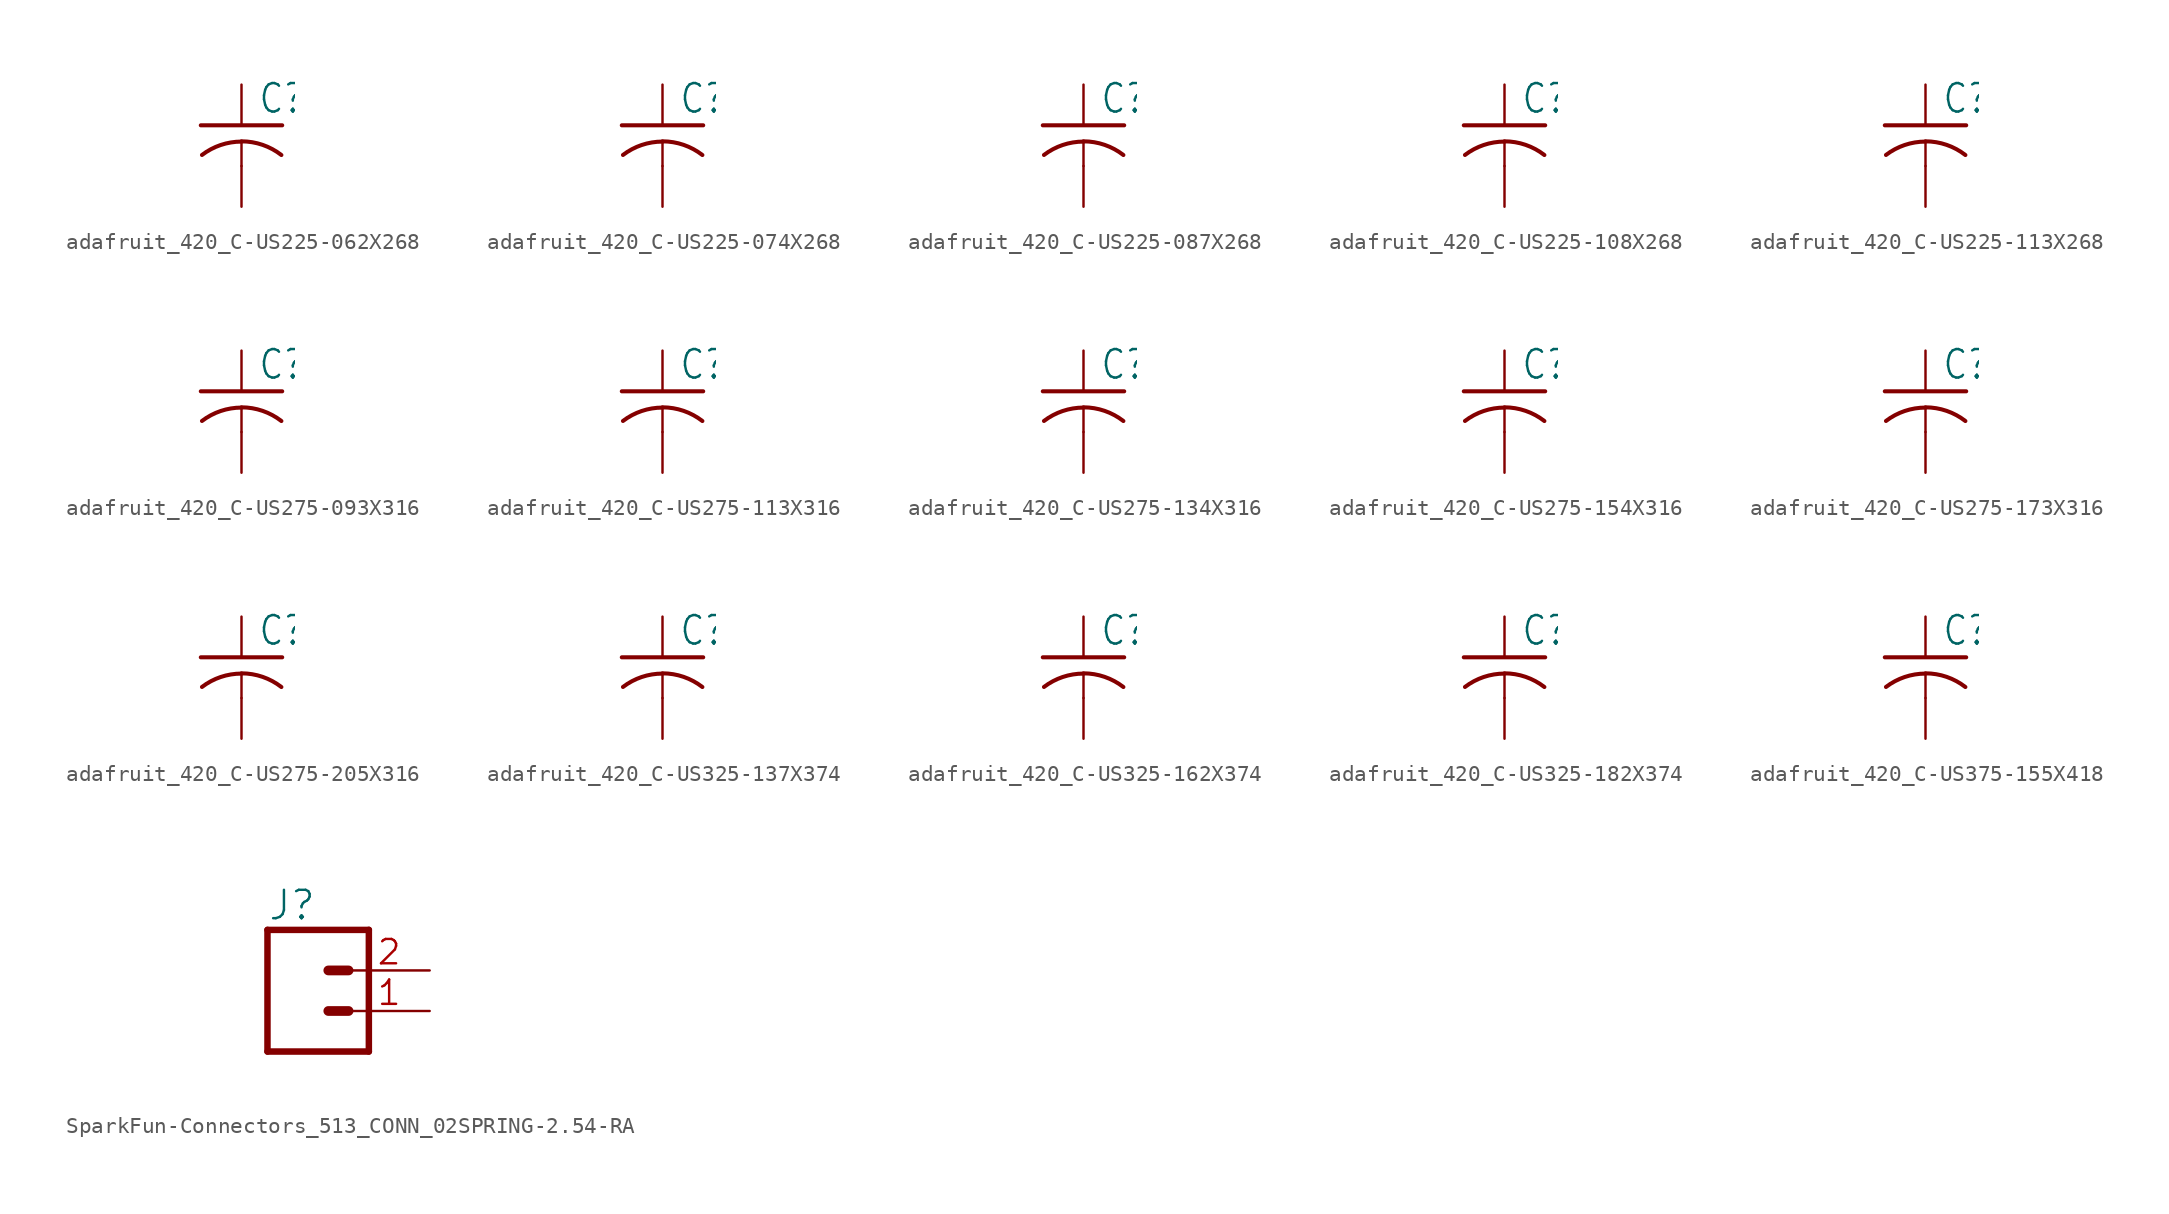
<source format=kicad_sym>
(kicad_symbol_lib
  (version 20241209)
  (generator "kicad_symbol_editor")
  (generator_version "9.0")
  (symbol "adafruit_420_C-US225-062X268"
    (property "Reference" "C"
      (at 1.016 0.635 0)
      (effects (font (size 1.778 1.511)) (justify left bottom)))
    (property "Value" ""
      (at 1.016 -4.191 0)
      (effects (font (size 1.778 1.511)) (justify left bottom)))
    (property "ki_locked" ""
      (at 0 0 0)
      (effects (font (size 1.27 1.27))))
    (symbol "adafruit_420_C-US225-062X268_1_0"
      (polyline (pts (xy -2.54 0) (xy 2.54 0)) (stroke (width 0.254) (type solid)) (fill (type none)))
      (polyline (pts (xy 0 -1.016) (xy 0 -2.54)) (stroke (width 0.152) (type solid)) (fill (type none)))
      (arc (start 0 -1) (mid 1.3158 -1.2195) (end 2.4892 -1.8541) (stroke (width 0.254) (type solid)) (fill (type none)))
      (arc (start -2.4668 -1.8504) (mid -1.302 -1.2303) (end 0 -1.0161) (stroke (width 0.254) (type solid)) (fill (type none)))
      (pin passive line (at 0 2.54 270) (length 2.54) (name "1" (effects (font (size 0 0)))) (number "1" (effects (font (size 0 0)))))
      (pin passive line (at 0 -5.08 90) (length 2.54) (name "2" (effects (font (size 0 0)))) (number "2" (effects (font (size 0 0)))))))
  (symbol "adafruit_420_C-US225-074X268"
    (property "Reference" "C"
      (at 1.016 0.635 0)
      (effects (font (size 1.778 1.511)) (justify left bottom)))
    (property "Value" ""
      (at 1.016 -4.191 0)
      (effects (font (size 1.778 1.511)) (justify left bottom)))
    (property "ki_locked" ""
      (at 0 0 0)
      (effects (font (size 1.27 1.27))))
    (symbol "adafruit_420_C-US225-074X268_1_0"
      (polyline (pts (xy -2.54 0) (xy 2.54 0)) (stroke (width 0.254) (type solid)) (fill (type none)))
      (polyline (pts (xy 0 -1.016) (xy 0 -2.54)) (stroke (width 0.152) (type solid)) (fill (type none)))
      (arc (start 0 -1) (mid 1.3158 -1.2195) (end 2.4892 -1.8541) (stroke (width 0.254) (type solid)) (fill (type none)))
      (arc (start -2.4668 -1.8504) (mid -1.302 -1.2303) (end 0 -1.0161) (stroke (width 0.254) (type solid)) (fill (type none)))
      (pin passive line (at 0 2.54 270) (length 2.54) (name "1" (effects (font (size 0 0)))) (number "1" (effects (font (size 0 0)))))
      (pin passive line (at 0 -5.08 90) (length 2.54) (name "2" (effects (font (size 0 0)))) (number "2" (effects (font (size 0 0)))))))
  (symbol "adafruit_420_C-US225-087X268"
    (property "Reference" "C"
      (at 1.016 0.635 0)
      (effects (font (size 1.778 1.511)) (justify left bottom)))
    (property "Value" ""
      (at 1.016 -4.191 0)
      (effects (font (size 1.778 1.511)) (justify left bottom)))
    (property "ki_locked" ""
      (at 0 0 0)
      (effects (font (size 1.27 1.27))))
    (symbol "adafruit_420_C-US225-087X268_1_0"
      (polyline (pts (xy -2.54 0) (xy 2.54 0)) (stroke (width 0.254) (type solid)) (fill (type none)))
      (polyline (pts (xy 0 -1.016) (xy 0 -2.54)) (stroke (width 0.152) (type solid)) (fill (type none)))
      (arc (start 0 -1) (mid 1.3158 -1.2195) (end 2.4892 -1.8541) (stroke (width 0.254) (type solid)) (fill (type none)))
      (arc (start -2.4668 -1.8504) (mid -1.302 -1.2303) (end 0 -1.0161) (stroke (width 0.254) (type solid)) (fill (type none)))
      (pin passive line (at 0 2.54 270) (length 2.54) (name "1" (effects (font (size 0 0)))) (number "1" (effects (font (size 0 0)))))
      (pin passive line (at 0 -5.08 90) (length 2.54) (name "2" (effects (font (size 0 0)))) (number "2" (effects (font (size 0 0)))))))
  (symbol "adafruit_420_C-US225-108X268"
    (property "Reference" "C"
      (at 1.016 0.635 0)
      (effects (font (size 1.778 1.511)) (justify left bottom)))
    (property "Value" ""
      (at 1.016 -4.191 0)
      (effects (font (size 1.778 1.511)) (justify left bottom)))
    (property "ki_locked" ""
      (at 0 0 0)
      (effects (font (size 1.27 1.27))))
    (symbol "adafruit_420_C-US225-108X268_1_0"
      (polyline (pts (xy -2.54 0) (xy 2.54 0)) (stroke (width 0.254) (type solid)) (fill (type none)))
      (polyline (pts (xy 0 -1.016) (xy 0 -2.54)) (stroke (width 0.152) (type solid)) (fill (type none)))
      (arc (start 0 -1) (mid 1.3158 -1.2195) (end 2.4892 -1.8541) (stroke (width 0.254) (type solid)) (fill (type none)))
      (arc (start -2.4668 -1.8504) (mid -1.302 -1.2303) (end 0 -1.0161) (stroke (width 0.254) (type solid)) (fill (type none)))
      (pin passive line (at 0 2.54 270) (length 2.54) (name "1" (effects (font (size 0 0)))) (number "1" (effects (font (size 0 0)))))
      (pin passive line (at 0 -5.08 90) (length 2.54) (name "2" (effects (font (size 0 0)))) (number "2" (effects (font (size 0 0)))))))
  (symbol "adafruit_420_C-US225-113X268"
    (property "Reference" "C"
      (at 1.016 0.635 0)
      (effects (font (size 1.778 1.511)) (justify left bottom)))
    (property "Value" ""
      (at 1.016 -4.191 0)
      (effects (font (size 1.778 1.511)) (justify left bottom)))
    (property "ki_locked" ""
      (at 0 0 0)
      (effects (font (size 1.27 1.27))))
    (symbol "adafruit_420_C-US225-113X268_1_0"
      (polyline (pts (xy -2.54 0) (xy 2.54 0)) (stroke (width 0.254) (type solid)) (fill (type none)))
      (polyline (pts (xy 0 -1.016) (xy 0 -2.54)) (stroke (width 0.152) (type solid)) (fill (type none)))
      (arc (start 0 -1) (mid 1.3158 -1.2195) (end 2.4892 -1.8541) (stroke (width 0.254) (type solid)) (fill (type none)))
      (arc (start -2.4668 -1.8504) (mid -1.302 -1.2303) (end 0 -1.0161) (stroke (width 0.254) (type solid)) (fill (type none)))
      (pin passive line (at 0 2.54 270) (length 2.54) (name "1" (effects (font (size 0 0)))) (number "1" (effects (font (size 0 0)))))
      (pin passive line (at 0 -5.08 90) (length 2.54) (name "2" (effects (font (size 0 0)))) (number "2" (effects (font (size 0 0)))))))
  (symbol "adafruit_420_C-US275-093X316"
    (property "Reference" "C"
      (at 1.016 0.635 0)
      (effects (font (size 1.778 1.511)) (justify left bottom)))
    (property "Value" ""
      (at 1.016 -4.191 0)
      (effects (font (size 1.778 1.511)) (justify left bottom)))
    (property "ki_locked" ""
      (at 0 0 0)
      (effects (font (size 1.27 1.27))))
    (symbol "adafruit_420_C-US275-093X316_1_0"
      (polyline (pts (xy -2.54 0) (xy 2.54 0)) (stroke (width 0.254) (type solid)) (fill (type none)))
      (polyline (pts (xy 0 -1.016) (xy 0 -2.54)) (stroke (width 0.152) (type solid)) (fill (type none)))
      (arc (start 0 -1) (mid 1.3158 -1.2195) (end 2.4892 -1.8541) (stroke (width 0.254) (type solid)) (fill (type none)))
      (arc (start -2.4668 -1.8504) (mid -1.302 -1.2303) (end 0 -1.0161) (stroke (width 0.254) (type solid)) (fill (type none)))
      (pin passive line (at 0 2.54 270) (length 2.54) (name "1" (effects (font (size 0 0)))) (number "1" (effects (font (size 0 0)))))
      (pin passive line (at 0 -5.08 90) (length 2.54) (name "2" (effects (font (size 0 0)))) (number "2" (effects (font (size 0 0)))))))
  (symbol "adafruit_420_C-US275-113X316"
    (property "Reference" "C"
      (at 1.016 0.635 0)
      (effects (font (size 1.778 1.511)) (justify left bottom)))
    (property "Value" ""
      (at 1.016 -4.191 0)
      (effects (font (size 1.778 1.511)) (justify left bottom)))
    (property "ki_locked" ""
      (at 0 0 0)
      (effects (font (size 1.27 1.27))))
    (symbol "adafruit_420_C-US275-113X316_1_0"
      (polyline (pts (xy -2.54 0) (xy 2.54 0)) (stroke (width 0.254) (type solid)) (fill (type none)))
      (polyline (pts (xy 0 -1.016) (xy 0 -2.54)) (stroke (width 0.152) (type solid)) (fill (type none)))
      (arc (start 0 -1) (mid 1.3158 -1.2195) (end 2.4892 -1.8541) (stroke (width 0.254) (type solid)) (fill (type none)))
      (arc (start -2.4668 -1.8504) (mid -1.302 -1.2303) (end 0 -1.0161) (stroke (width 0.254) (type solid)) (fill (type none)))
      (pin passive line (at 0 2.54 270) (length 2.54) (name "1" (effects (font (size 0 0)))) (number "1" (effects (font (size 0 0)))))
      (pin passive line (at 0 -5.08 90) (length 2.54) (name "2" (effects (font (size 0 0)))) (number "2" (effects (font (size 0 0)))))))
  (symbol "adafruit_420_C-US275-134X316"
    (property "Reference" "C"
      (at 1.016 0.635 0)
      (effects (font (size 1.778 1.511)) (justify left bottom)))
    (property "Value" ""
      (at 1.016 -4.191 0)
      (effects (font (size 1.778 1.511)) (justify left bottom)))
    (property "ki_locked" ""
      (at 0 0 0)
      (effects (font (size 1.27 1.27))))
    (symbol "adafruit_420_C-US275-134X316_1_0"
      (polyline (pts (xy -2.54 0) (xy 2.54 0)) (stroke (width 0.254) (type solid)) (fill (type none)))
      (polyline (pts (xy 0 -1.016) (xy 0 -2.54)) (stroke (width 0.152) (type solid)) (fill (type none)))
      (arc (start 0 -1) (mid 1.3158 -1.2195) (end 2.4892 -1.8541) (stroke (width 0.254) (type solid)) (fill (type none)))
      (arc (start -2.4668 -1.8504) (mid -1.302 -1.2303) (end 0 -1.0161) (stroke (width 0.254) (type solid)) (fill (type none)))
      (pin passive line (at 0 2.54 270) (length 2.54) (name "1" (effects (font (size 0 0)))) (number "1" (effects (font (size 0 0)))))
      (pin passive line (at 0 -5.08 90) (length 2.54) (name "2" (effects (font (size 0 0)))) (number "2" (effects (font (size 0 0)))))))
  (symbol "adafruit_420_C-US275-154X316"
    (property "Reference" "C"
      (at 1.016 0.635 0)
      (effects (font (size 1.778 1.511)) (justify left bottom)))
    (property "Value" ""
      (at 1.016 -4.191 0)
      (effects (font (size 1.778 1.511)) (justify left bottom)))
    (property "ki_locked" ""
      (at 0 0 0)
      (effects (font (size 1.27 1.27))))
    (symbol "adafruit_420_C-US275-154X316_1_0"
      (polyline (pts (xy -2.54 0) (xy 2.54 0)) (stroke (width 0.254) (type solid)) (fill (type none)))
      (polyline (pts (xy 0 -1.016) (xy 0 -2.54)) (stroke (width 0.152) (type solid)) (fill (type none)))
      (arc (start 0 -1) (mid 1.3158 -1.2195) (end 2.4892 -1.8541) (stroke (width 0.254) (type solid)) (fill (type none)))
      (arc (start -2.4668 -1.8504) (mid -1.302 -1.2303) (end 0 -1.0161) (stroke (width 0.254) (type solid)) (fill (type none)))
      (pin passive line (at 0 2.54 270) (length 2.54) (name "1" (effects (font (size 0 0)))) (number "1" (effects (font (size 0 0)))))
      (pin passive line (at 0 -5.08 90) (length 2.54) (name "2" (effects (font (size 0 0)))) (number "2" (effects (font (size 0 0)))))))
  (symbol "adafruit_420_C-US275-173X316"
    (property "Reference" "C"
      (at 1.016 0.635 0)
      (effects (font (size 1.778 1.511)) (justify left bottom)))
    (property "Value" ""
      (at 1.016 -4.191 0)
      (effects (font (size 1.778 1.511)) (justify left bottom)))
    (property "ki_locked" ""
      (at 0 0 0)
      (effects (font (size 1.27 1.27))))
    (symbol "adafruit_420_C-US275-173X316_1_0"
      (polyline (pts (xy -2.54 0) (xy 2.54 0)) (stroke (width 0.254) (type solid)) (fill (type none)))
      (polyline (pts (xy 0 -1.016) (xy 0 -2.54)) (stroke (width 0.152) (type solid)) (fill (type none)))
      (arc (start 0 -1) (mid 1.3158 -1.2195) (end 2.4892 -1.8541) (stroke (width 0.254) (type solid)) (fill (type none)))
      (arc (start -2.4668 -1.8504) (mid -1.302 -1.2303) (end 0 -1.0161) (stroke (width 0.254) (type solid)) (fill (type none)))
      (pin passive line (at 0 2.54 270) (length 2.54) (name "1" (effects (font (size 0 0)))) (number "1" (effects (font (size 0 0)))))
      (pin passive line (at 0 -5.08 90) (length 2.54) (name "2" (effects (font (size 0 0)))) (number "2" (effects (font (size 0 0)))))))
  (symbol "adafruit_420_C-US275-205X316"
    (property "Reference" "C"
      (at 1.016 0.635 0)
      (effects (font (size 1.778 1.511)) (justify left bottom)))
    (property "Value" ""
      (at 1.016 -4.191 0)
      (effects (font (size 1.778 1.511)) (justify left bottom)))
    (property "ki_locked" ""
      (at 0 0 0)
      (effects (font (size 1.27 1.27))))
    (symbol "adafruit_420_C-US275-205X316_1_0"
      (polyline (pts (xy -2.54 0) (xy 2.54 0)) (stroke (width 0.254) (type solid)) (fill (type none)))
      (polyline (pts (xy 0 -1.016) (xy 0 -2.54)) (stroke (width 0.152) (type solid)) (fill (type none)))
      (arc (start 0 -1) (mid 1.3158 -1.2195) (end 2.4892 -1.8541) (stroke (width 0.254) (type solid)) (fill (type none)))
      (arc (start -2.4668 -1.8504) (mid -1.302 -1.2303) (end 0 -1.0161) (stroke (width 0.254) (type solid)) (fill (type none)))
      (pin passive line (at 0 2.54 270) (length 2.54) (name "1" (effects (font (size 0 0)))) (number "1" (effects (font (size 0 0)))))
      (pin passive line (at 0 -5.08 90) (length 2.54) (name "2" (effects (font (size 0 0)))) (number "2" (effects (font (size 0 0)))))))
  (symbol "adafruit_420_C-US325-137X374"
    (property "Reference" "C"
      (at 1.016 0.635 0)
      (effects (font (size 1.778 1.511)) (justify left bottom)))
    (property "Value" ""
      (at 1.016 -4.191 0)
      (effects (font (size 1.778 1.511)) (justify left bottom)))
    (property "ki_locked" ""
      (at 0 0 0)
      (effects (font (size 1.27 1.27))))
    (symbol "adafruit_420_C-US325-137X374_1_0"
      (polyline (pts (xy -2.54 0) (xy 2.54 0)) (stroke (width 0.254) (type solid)) (fill (type none)))
      (polyline (pts (xy 0 -1.016) (xy 0 -2.54)) (stroke (width 0.152) (type solid)) (fill (type none)))
      (arc (start 0 -1) (mid 1.3158 -1.2195) (end 2.4892 -1.8541) (stroke (width 0.254) (type solid)) (fill (type none)))
      (arc (start -2.4668 -1.8504) (mid -1.302 -1.2303) (end 0 -1.0161) (stroke (width 0.254) (type solid)) (fill (type none)))
      (pin passive line (at 0 2.54 270) (length 2.54) (name "1" (effects (font (size 0 0)))) (number "1" (effects (font (size 0 0)))))
      (pin passive line (at 0 -5.08 90) (length 2.54) (name "2" (effects (font (size 0 0)))) (number "2" (effects (font (size 0 0)))))))
  (symbol "adafruit_420_C-US325-162X374"
    (property "Reference" "C"
      (at 1.016 0.635 0)
      (effects (font (size 1.778 1.511)) (justify left bottom)))
    (property "Value" ""
      (at 1.016 -4.191 0)
      (effects (font (size 1.778 1.511)) (justify left bottom)))
    (property "ki_locked" ""
      (at 0 0 0)
      (effects (font (size 1.27 1.27))))
    (symbol "adafruit_420_C-US325-162X374_1_0"
      (polyline (pts (xy -2.54 0) (xy 2.54 0)) (stroke (width 0.254) (type solid)) (fill (type none)))
      (polyline (pts (xy 0 -1.016) (xy 0 -2.54)) (stroke (width 0.152) (type solid)) (fill (type none)))
      (arc (start 0 -1) (mid 1.3158 -1.2195) (end 2.4892 -1.8541) (stroke (width 0.254) (type solid)) (fill (type none)))
      (arc (start -2.4668 -1.8504) (mid -1.302 -1.2303) (end 0 -1.0161) (stroke (width 0.254) (type solid)) (fill (type none)))
      (pin passive line (at 0 2.54 270) (length 2.54) (name "1" (effects (font (size 0 0)))) (number "1" (effects (font (size 0 0)))))
      (pin passive line (at 0 -5.08 90) (length 2.54) (name "2" (effects (font (size 0 0)))) (number "2" (effects (font (size 0 0)))))))
  (symbol "adafruit_420_C-US325-182X374"
    (property "Reference" "C"
      (at 1.016 0.635 0)
      (effects (font (size 1.778 1.511)) (justify left bottom)))
    (property "Value" ""
      (at 1.016 -4.191 0)
      (effects (font (size 1.778 1.511)) (justify left bottom)))
    (property "ki_locked" ""
      (at 0 0 0)
      (effects (font (size 1.27 1.27))))
    (symbol "adafruit_420_C-US325-182X374_1_0"
      (polyline (pts (xy -2.54 0) (xy 2.54 0)) (stroke (width 0.254) (type solid)) (fill (type none)))
      (polyline (pts (xy 0 -1.016) (xy 0 -2.54)) (stroke (width 0.152) (type solid)) (fill (type none)))
      (arc (start 0 -1) (mid 1.3158 -1.2195) (end 2.4892 -1.8541) (stroke (width 0.254) (type solid)) (fill (type none)))
      (arc (start -2.4668 -1.8504) (mid -1.302 -1.2303) (end 0 -1.0161) (stroke (width 0.254) (type solid)) (fill (type none)))
      (pin passive line (at 0 2.54 270) (length 2.54) (name "1" (effects (font (size 0 0)))) (number "1" (effects (font (size 0 0)))))
      (pin passive line (at 0 -5.08 90) (length 2.54) (name "2" (effects (font (size 0 0)))) (number "2" (effects (font (size 0 0)))))))
  (symbol "adafruit_420_C-US375-155X418"
    (property "Reference" "C"
      (at 1.016 0.635 0)
      (effects (font (size 1.778 1.511)) (justify left bottom)))
    (property "Value" ""
      (at 1.016 -4.191 0)
      (effects (font (size 1.778 1.511)) (justify left bottom)))
    (property "ki_locked" ""
      (at 0 0 0)
      (effects (font (size 1.27 1.27))))
    (symbol "adafruit_420_C-US375-155X418_1_0"
      (polyline (pts (xy -2.54 0) (xy 2.54 0)) (stroke (width 0.254) (type solid)) (fill (type none)))
      (polyline (pts (xy 0 -1.016) (xy 0 -2.54)) (stroke (width 0.152) (type solid)) (fill (type none)))
      (arc (start 0 -1) (mid 1.3158 -1.2195) (end 2.4892 -1.8541) (stroke (width 0.254) (type solid)) (fill (type none)))
      (arc (start -2.4668 -1.8504) (mid -1.302 -1.2303) (end 0 -1.0161) (stroke (width 0.254) (type solid)) (fill (type none)))
      (pin passive line (at 0 2.54 270) (length 2.54) (name "1" (effects (font (size 0 0)))) (number "1" (effects (font (size 0 0)))))
      (pin passive line (at 0 -5.08 90) (length 2.54) (name "2" (effects (font (size 0 0)))) (number "2" (effects (font (size 0 0)))))))
  (symbol "SparkFun-Connectors_513_CONN_02SPRING-2.54-RA"
    (property "Reference" "J"
      (at -2.54 5.588 0)
      (effects (font (size 1.778 1.778)) (justify left bottom)))
    (property "Value" ""
      (at -2.54 -4.826 0)
      (effects (font (size 1.778 1.778)) (justify left bottom)))
    (property "ki_locked" ""
      (at 0 0 0)
      (effects (font (size 1.27 1.27))))
    (symbol "SparkFun-Connectors_513_CONN_02SPRING-2.54-RA_1_0"
      (polyline (pts (xy -2.54 5.08) (xy -2.54 -2.54)) (stroke (width 0.406) (type solid)) (fill (type none)))
      (polyline (pts (xy -2.54 5.08) (xy 3.81 5.08)) (stroke (width 0.406) (type solid)) (fill (type none)))
      (polyline (pts (xy 1.27 2.54) (xy 2.54 2.54)) (stroke (width 0.61) (type solid)) (fill (type none)))
      (polyline (pts (xy 1.27 0) (xy 2.54 0)) (stroke (width 0.61) (type solid)) (fill (type none)))
      (polyline (pts (xy 3.81 -2.54) (xy -2.54 -2.54)) (stroke (width 0.406) (type solid)) (fill (type none)))
      (polyline (pts (xy 3.81 -2.54) (xy 3.81 5.08)) (stroke (width 0.406) (type solid)) (fill (type none)))
      (pin passive line (at 7.62 2.54 180) (length 5.08) (name "2" (effects (font (size 0 0)))) (number "2" (effects (font (size 1.524 1.524)))))
      (pin passive line (at 7.62 0 180) (length 5.08) (name "1" (effects (font (size 0 0)))) (number "1" (effects (font (size 1.524 1.524))))))))
</source>
